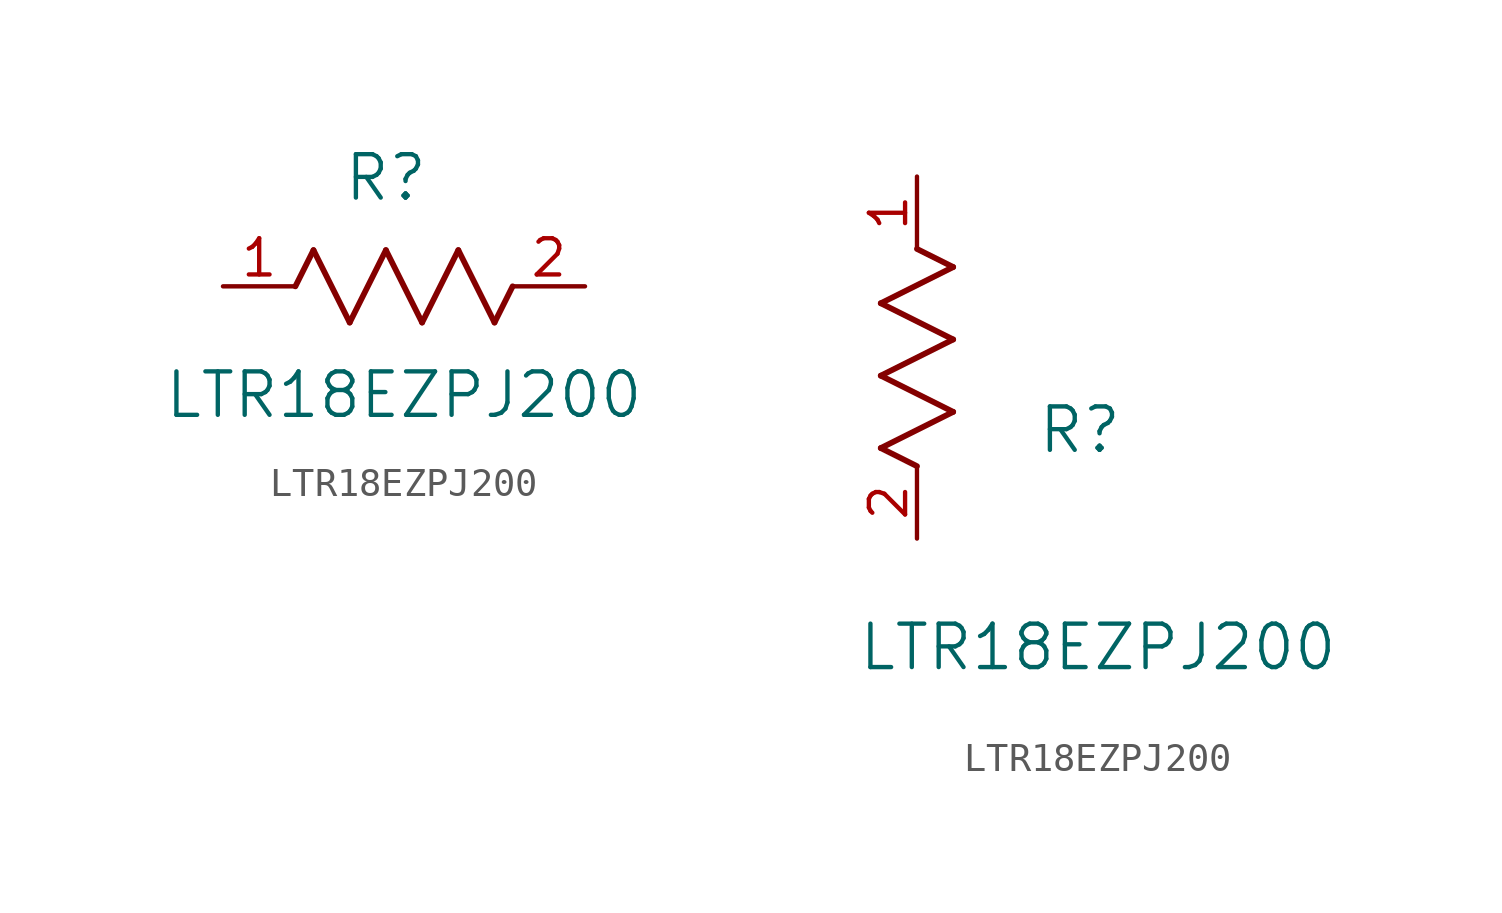
<source format=kicad_sym>
(kicad_symbol_lib
  (version 20211014)
  (generator kicad_symbol_editor)
  (symbol "LTR18EZPJ200"
    (pin_names
      (offset 0.254))
    (property "Reference" "R"
      (at 5.715 3.81 0)
      (effects (font (size 1.524 1.524))))
    (property "Value" "LTR18EZPJ200"
      (at 6.35 -3.81 0)
      (effects (font (size 1.524 1.524))))
    (symbol "LTR18EZPJ200_1_1"
      (polyline (pts (xy 3.175 1.27) (xy 4.445 -1.27)) (stroke (width 0.203) (type default) (color 0 0 0 0)) (fill (type none)))
      (polyline (pts (xy 4.445 -1.27) (xy 5.715 1.27)) (stroke (width 0.203) (type default) (color 0 0 0 0)) (fill (type none)))
      (polyline (pts (xy 5.715 1.27) (xy 6.985 -1.27)) (stroke (width 0.203) (type default) (color 0 0 0 0)) (fill (type none)))
      (polyline (pts (xy 6.985 -1.27) (xy 8.255 1.27)) (stroke (width 0.203) (type default) (color 0 0 0 0)) (fill (type none)))
      (polyline (pts (xy 8.255 1.27) (xy 9.525 -1.27)) (stroke (width 0.203) (type default) (color 0 0 0 0)) (fill (type none)))
      (polyline (pts (xy 2.54 0) (xy 3.175 1.27)) (stroke (width 0.203) (type default) (color 0 0 0 0)) (fill (type none)))
      (polyline (pts (xy 9.525 -1.27) (xy 10.16 0)) (stroke (width 0.203) (type default) (color 0 0 0 0)) (fill (type none)))
      (pin unspecified line (at 0 0 0) (length 2.54) (name "" (effects (font (size 1.27 1.27)))) (number "1" (effects (font (size 1.27 1.27)))))
      (pin unspecified line (at 12.7 0 180) (length 2.54) (name "" (effects (font (size 1.27 1.27)))) (number "2" (effects (font (size 1.27 1.27))))))
    (symbol "LTR18EZPJ200_1_2"
      (polyline (pts (xy 0 2.54) (xy -1.27 3.175)) (stroke (width 0.203) (type default) (color 0 0 0 0)) (fill (type none)))
      (polyline (pts (xy -1.27 3.175) (xy 1.27 4.445)) (stroke (width 0.203) (type default) (color 0 0 0 0)) (fill (type none)))
      (polyline (pts (xy 1.27 4.445) (xy -1.27 5.715)) (stroke (width 0.203) (type default) (color 0 0 0 0)) (fill (type none)))
      (polyline (pts (xy -1.27 5.715) (xy 1.27 6.985)) (stroke (width 0.203) (type default) (color 0 0 0 0)) (fill (type none)))
      (polyline (pts (xy -1.27 8.255) (xy 1.27 9.525)) (stroke (width 0.203) (type default) (color 0 0 0 0)) (fill (type none)))
      (polyline (pts (xy 1.27 9.525) (xy 0 10.16)) (stroke (width 0.203) (type default) (color 0 0 0 0)) (fill (type none)))
      (polyline (pts (xy 1.27 6.985) (xy -1.27 8.255)) (stroke (width 0.203) (type default) (color 0 0 0 0)) (fill (type none)))
      (pin unspecified line (at 0 12.7 270) (length 2.54) (name "" (effects (font (size 1.27 1.27)))) (number "1" (effects (font (size 1.27 1.27)))))
      (pin unspecified line (at 0 0 90) (length 2.54) (name "" (effects (font (size 1.27 1.27)))) (number "2" (effects (font (size 1.27 1.27))))))))
</source>
